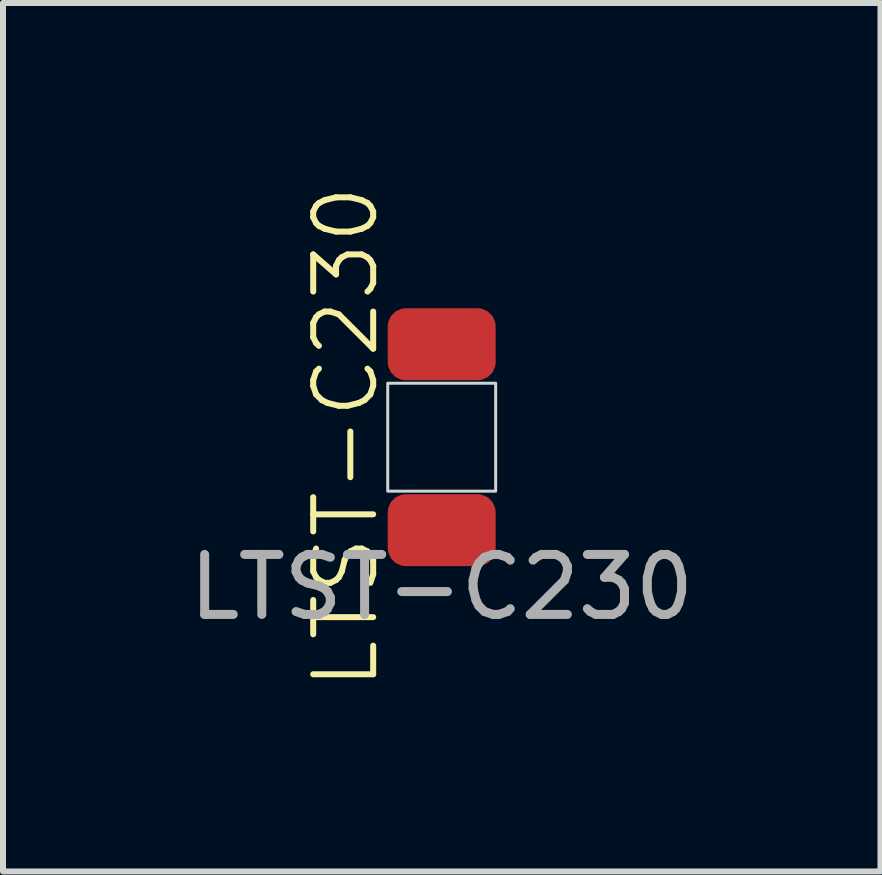
<source format=kicad_pcb>
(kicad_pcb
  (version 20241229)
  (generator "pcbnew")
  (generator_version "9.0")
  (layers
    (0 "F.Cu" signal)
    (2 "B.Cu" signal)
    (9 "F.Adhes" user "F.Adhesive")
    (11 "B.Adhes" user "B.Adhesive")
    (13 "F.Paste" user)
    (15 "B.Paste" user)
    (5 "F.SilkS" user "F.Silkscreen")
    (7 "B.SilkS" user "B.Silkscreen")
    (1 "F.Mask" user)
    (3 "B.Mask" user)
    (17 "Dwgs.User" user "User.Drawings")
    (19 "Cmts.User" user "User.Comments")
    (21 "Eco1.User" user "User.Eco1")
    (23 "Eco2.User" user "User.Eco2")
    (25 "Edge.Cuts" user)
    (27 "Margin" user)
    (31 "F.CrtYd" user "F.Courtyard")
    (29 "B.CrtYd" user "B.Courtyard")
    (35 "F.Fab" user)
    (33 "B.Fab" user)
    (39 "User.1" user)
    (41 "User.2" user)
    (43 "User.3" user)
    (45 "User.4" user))
  (footprint "LTST-C230"
    (layer "F.Cu")
    (at 4.315 4.24)
    (property "Reference" "LTST-C230" (at -1.6 0 90) (unlocked yes) (layer "F.SilkS") (effects (font (size 1 1) (thickness 0.1))))
    (attr smd)
    (fp_rect (start -0.9 -0.9) (end 0.9 0.9) (stroke (width 0.05) (type default)) (fill no) (layer "Edge.Cuts"))
    (fp_text user "${REFERENCE}" (at 0 2.5 0) (unlocked yes) (layer "F.Fab") (effects (font (size 1 1) (thickness 0.15))))
    (pad "1" smd roundrect (at 0 -1.55) (size 1.8 1.2) (layers "F.Cu" "F.Mask" "F.Paste") (roundrect_rratio 0.25))
    (pad "2" smd roundrect (at 0 1.55) (size 1.8 1.2) (layers "F.Cu" "F.Mask" "F.Paste") (roundrect_rratio 0.25)))
  (gr_rect
    (start -3 -3)
    (end 11.631 11.481)
    (stroke (width 0.1) (type default))
    (fill no)
    (layer "Edge.Cuts")))
</source>
